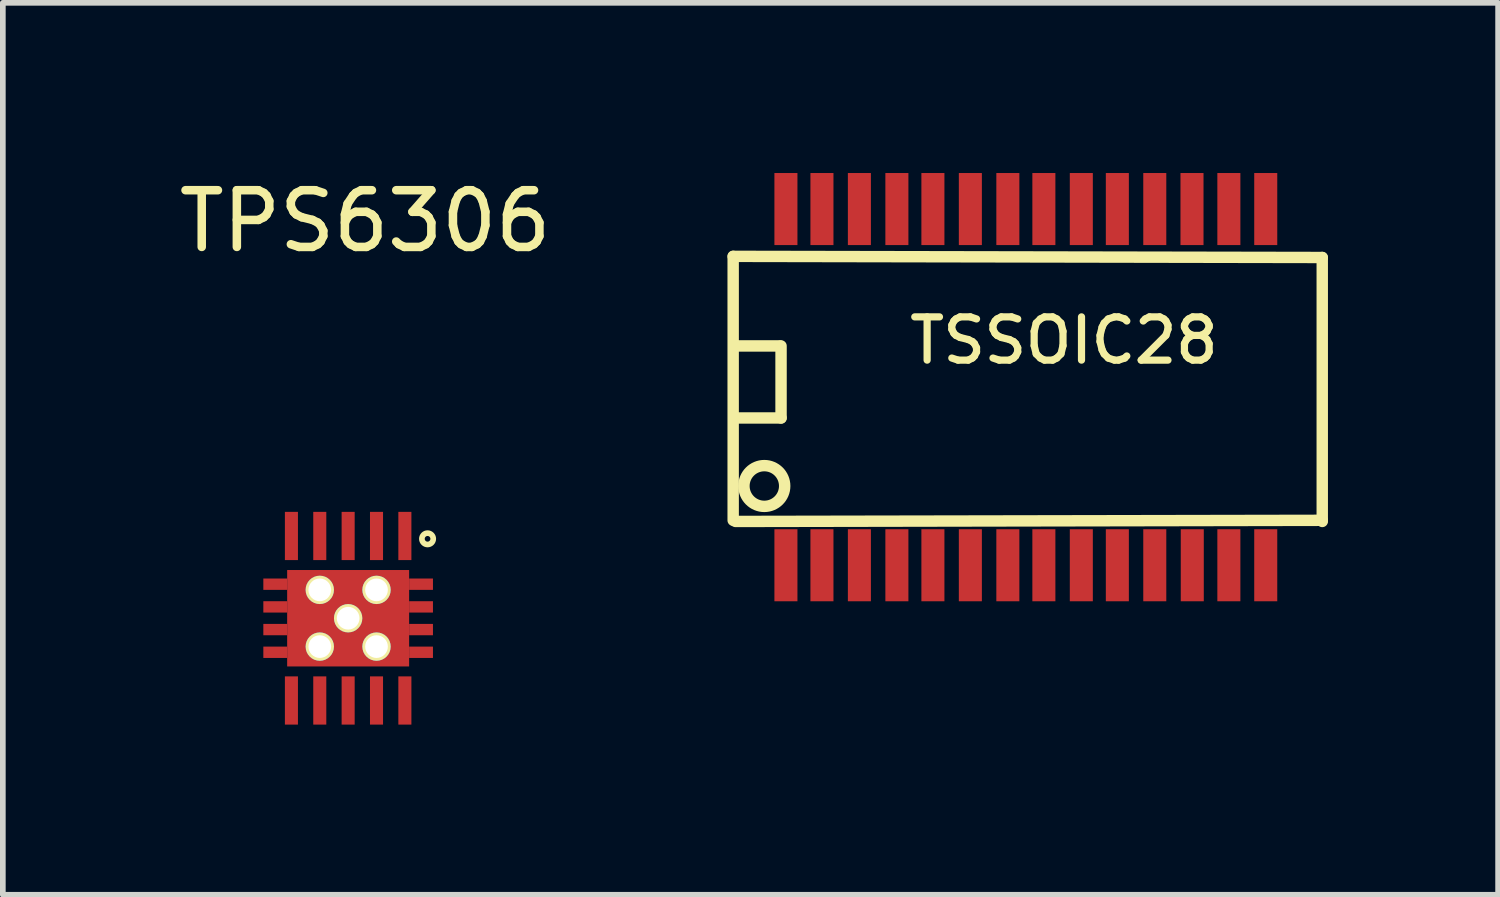
<source format=kicad_pcb>
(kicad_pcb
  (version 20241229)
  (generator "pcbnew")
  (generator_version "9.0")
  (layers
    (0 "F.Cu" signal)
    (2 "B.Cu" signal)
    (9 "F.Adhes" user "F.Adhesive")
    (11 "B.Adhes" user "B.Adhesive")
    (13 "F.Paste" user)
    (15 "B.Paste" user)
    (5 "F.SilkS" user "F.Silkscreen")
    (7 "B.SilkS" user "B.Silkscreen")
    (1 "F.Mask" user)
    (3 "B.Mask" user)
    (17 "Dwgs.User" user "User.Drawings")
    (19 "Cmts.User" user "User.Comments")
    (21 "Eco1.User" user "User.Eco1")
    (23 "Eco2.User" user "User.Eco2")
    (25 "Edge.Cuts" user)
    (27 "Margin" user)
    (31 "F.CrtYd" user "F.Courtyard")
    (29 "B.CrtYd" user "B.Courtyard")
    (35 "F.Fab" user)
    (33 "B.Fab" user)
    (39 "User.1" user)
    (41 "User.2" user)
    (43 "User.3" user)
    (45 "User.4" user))
  (footprint "TPS6306"
    (layer "F.Cu")
    (at 3.087 7.848)
    (property "Reference" "TPS6306" (at 0.3 -7 0) (layer "F.SilkS") (effects (font (size 1 1) (thickness 0.15))))
    (attr through_hole)
    (fp_circle (center 1.4 -1.4) (end 1.5 -1.4) (stroke (width 0.1) (type solid)) (fill no) (layer "F.SilkS"))
    (pad "0" smd rect (at -1.285 -0.6) (size 0.42 0.2) (layers "F.Cu" "F.Mask" "F.Paste"))
    (pad "0" smd rect (at -1.285 -0.2) (size 0.42 0.2) (layers "F.Cu" "F.Mask" "F.Paste"))
    (pad "0" smd rect (at -1.285 0.2) (size 0.42 0.2) (layers "F.Cu" "F.Mask" "F.Paste"))
    (pad "0" smd rect (at -1.285 0.6) (size 0.42 0.2) (layers "F.Cu" "F.Mask" "F.Paste"))
    (pad "0" thru_hole circle (at -0.5 -0.5) (size 0.5 0.5) (drill 0.4) (layers "*.Cu" "*.Mask" "F.SilkS"))
    (pad "0" thru_hole circle (at -0.5 0.5) (size 0.5 0.5) (drill 0.4) (layers "*.Cu" "*.Mask" "F.SilkS"))
    (pad "0" thru_hole circle (at 0 0) (size 0.5 0.5) (drill 0.4) (layers "*.Cu" "*.Mask" "F.SilkS"))
    (pad "0" smd rect (at 0 0) (size 2.15 1.7) (layers "F.Cu" "F.Mask" "F.Paste"))
    (pad "0" thru_hole circle (at 0.5 -0.5) (size 0.5 0.5) (drill 0.4) (layers "*.Cu" "*.Mask" "F.SilkS"))
    (pad "0" thru_hole circle (at 0.5 0.5) (size 0.5 0.5) (drill 0.4) (layers "*.Cu" "*.Mask" "F.SilkS"))
    (pad "0" smd rect (at 1.285 -0.6) (size 0.42 0.2) (layers "F.Cu" "F.Mask" "F.Paste"))
    (pad "0" smd rect (at 1.285 -0.2) (size 0.42 0.2) (layers "F.Cu" "F.Mask" "F.Paste"))
    (pad "0" smd rect (at 1.285 0.2) (size 0.42 0.2) (layers "F.Cu" "F.Mask" "F.Paste"))
    (pad "0" smd rect (at 1.285 0.6) (size 0.42 0.2) (layers "F.Cu" "F.Mask" "F.Paste"))
    (pad "1" smd rect (at 1 -1.45) (size 0.23 0.85) (layers "F.Cu" "F.Mask" "F.Paste"))
    (pad "2" smd rect (at 0.5 -1.45) (size 0.23 0.85) (layers "F.Cu" "F.Mask" "F.Paste"))
    (pad "3" smd rect (at 0 -1.45) (size 0.23 0.85) (layers "F.Cu" "F.Mask" "F.Paste"))
    (pad "4" smd rect (at -0.5 -1.45) (size 0.23 0.85) (layers "F.Cu" "F.Mask" "F.Paste"))
    (pad "5" smd rect (at -1 -1.45) (size 0.23 0.85) (layers "F.Cu" "F.Mask" "F.Paste"))
    (pad "6" smd rect (at -1 1.45) (size 0.23 0.85) (layers "F.Cu" "F.Mask" "F.Paste"))
    (pad "7" smd rect (at -0.5 1.45) (size 0.23 0.85) (layers "F.Cu" "F.Mask" "F.Paste"))
    (pad "8" smd rect (at 0 1.45) (size 0.23 0.85) (layers "F.Cu" "F.Mask" "F.Paste"))
    (pad "9" smd rect (at 0.5 1.45) (size 0.23 0.85) (layers "F.Cu" "F.Mask" "F.Paste"))
    (pad "10" smd rect (at 1 1.45) (size 0.23 0.85) (layers "F.Cu" "F.Mask" "F.Paste")))
  (footprint "TSSOIC28"
    (layer "F.Cu")
    (at 15.056 3.785)
    (property "Reference" "TSSOIC28" (at 0.65 -0.833 0) (layer "F.SilkS") (effects (font (size 0.762 0.762) (thickness 0.127))))
    (attr smd)
    (fp_line (start -5.182 -2.316) (end -5.182 2.337) (stroke (width 0.201) (type solid)) (layer "F.SilkS"))
    (fp_line (start -5.141 2.357) (end 5.202 2.337) (stroke (width 0.201) (type solid)) (layer "F.SilkS"))
    (fp_line (start -5.121 -0.737) (end -4.359 -0.737) (stroke (width 0.201) (type solid)) (layer "F.SilkS"))
    (fp_line (start -4.338 -0.737) (end -4.338 0.533) (stroke (width 0.201) (type solid)) (layer "F.SilkS"))
    (fp_line (start -4.338 0.533) (end -5.1 0.533) (stroke (width 0.201) (type solid)) (layer "F.SilkS"))
    (fp_line (start 5.202 -2.296) (end -5.182 -2.316) (stroke (width 0.201) (type solid)) (layer "F.SilkS"))
    (fp_line (start 5.202 2.357) (end 5.202 -2.296) (stroke (width 0.201) (type solid)) (layer "F.SilkS"))
    (fp_circle (center -4.633 1.732) (end -4.887 1.478) (stroke (width 0.201) (type solid)) (fill no) (layer "F.SilkS"))
    (pad "1" smd rect (at -4.252 3.129) (size 0.406 1.27) (layers "F.Cu" "F.Mask" "F.Paste"))
    (pad "2" smd rect (at -3.617 3.129) (size 0.406 1.27) (layers "F.Cu" "F.Mask" "F.Paste"))
    (pad "3" smd rect (at -2.957 3.129) (size 0.406 1.27) (layers "F.Cu" "F.Mask" "F.Paste"))
    (pad "4" smd rect (at -2.296 3.129) (size 0.406 1.27) (layers "F.Cu" "F.Mask" "F.Paste"))
    (pad "5" smd rect (at -1.661 3.129) (size 0.406 1.27) (layers "F.Cu" "F.Mask" "F.Paste"))
    (pad "6" smd rect (at -1.001 3.129) (size 0.406 1.27) (layers "F.Cu" "F.Mask" "F.Paste"))
    (pad "7" smd rect (at -0.34 3.129) (size 0.406 1.27) (layers "F.Cu" "F.Mask" "F.Paste"))
    (pad "8" smd rect (at 0.295 3.129) (size 0.406 1.27) (layers "F.Cu" "F.Mask" "F.Paste"))
    (pad "9" smd rect (at 0.955 3.129) (size 0.406 1.27) (layers "F.Cu" "F.Mask" "F.Paste"))
    (pad "10" smd rect (at 1.59 3.129) (size 0.406 1.27) (layers "F.Cu" "F.Mask" "F.Paste"))
    (pad "11" smd rect (at 2.25 3.129) (size 0.406 1.27) (layers "F.Cu" "F.Mask" "F.Paste"))
    (pad "12" smd rect (at 2.911 3.129) (size 0.406 1.27) (layers "F.Cu" "F.Mask" "F.Paste"))
    (pad "13" smd rect (at 3.556 3.129) (size 0.406 1.27) (layers "F.Cu" "F.Mask" "F.Paste"))
    (pad "14" smd rect (at 4.206 3.129) (size 0.406 1.27) (layers "F.Cu" "F.Mask" "F.Paste"))
    (pad "15" smd rect (at 4.206 -3.15) (size 0.406 1.27) (layers "F.Cu" "F.Mask" "F.Paste"))
    (pad "16" smd rect (at 3.556 -3.15) (size 0.406 1.27) (layers "F.Cu" "F.Mask" "F.Paste"))
    (pad "17" smd rect (at 2.906 -3.15) (size 0.406 1.27) (layers "F.Cu" "F.Mask" "F.Paste"))
    (pad "18" smd rect (at 2.25 -3.15) (size 0.406 1.27) (layers "F.Cu" "F.Mask" "F.Paste"))
    (pad "19" smd rect (at 1.59 -3.15) (size 0.406 1.27) (layers "F.Cu" "F.Mask" "F.Paste"))
    (pad "20" smd rect (at 0.955 -3.15) (size 0.406 1.27) (layers "F.Cu" "F.Mask" "F.Paste"))
    (pad "21" smd rect (at 0.295 -3.15) (size 0.406 1.27) (layers "F.Cu" "F.Mask" "F.Paste"))
    (pad "22" smd rect (at -0.34 -3.15) (size 0.406 1.27) (layers "F.Cu" "F.Mask" "F.Paste"))
    (pad "23" smd rect (at -1.001 -3.15) (size 0.406 1.27) (layers "F.Cu" "F.Mask" "F.Paste"))
    (pad "24" smd rect (at -1.661 -3.15) (size 0.406 1.27) (layers "F.Cu" "F.Mask" "F.Paste"))
    (pad "25" smd rect (at -2.296 -3.15) (size 0.406 1.27) (layers "F.Cu" "F.Mask" "F.Paste"))
    (pad "26" smd rect (at -2.957 -3.15) (size 0.406 1.27) (layers "F.Cu" "F.Mask" "F.Paste"))
    (pad "27" smd rect (at -3.617 -3.15) (size 0.406 1.27) (layers "F.Cu" "F.Mask" "F.Paste"))
    (pad "28" smd rect (at -4.252 -3.15) (size 0.406 1.27) (layers "F.Cu" "F.Mask" "F.Paste")))
  (gr_rect
    (start -3 -3)
    (end 23.358 12.723)
    (stroke (width 0.1) (type default))
    (fill no)
    (layer "Edge.Cuts")))
</source>
